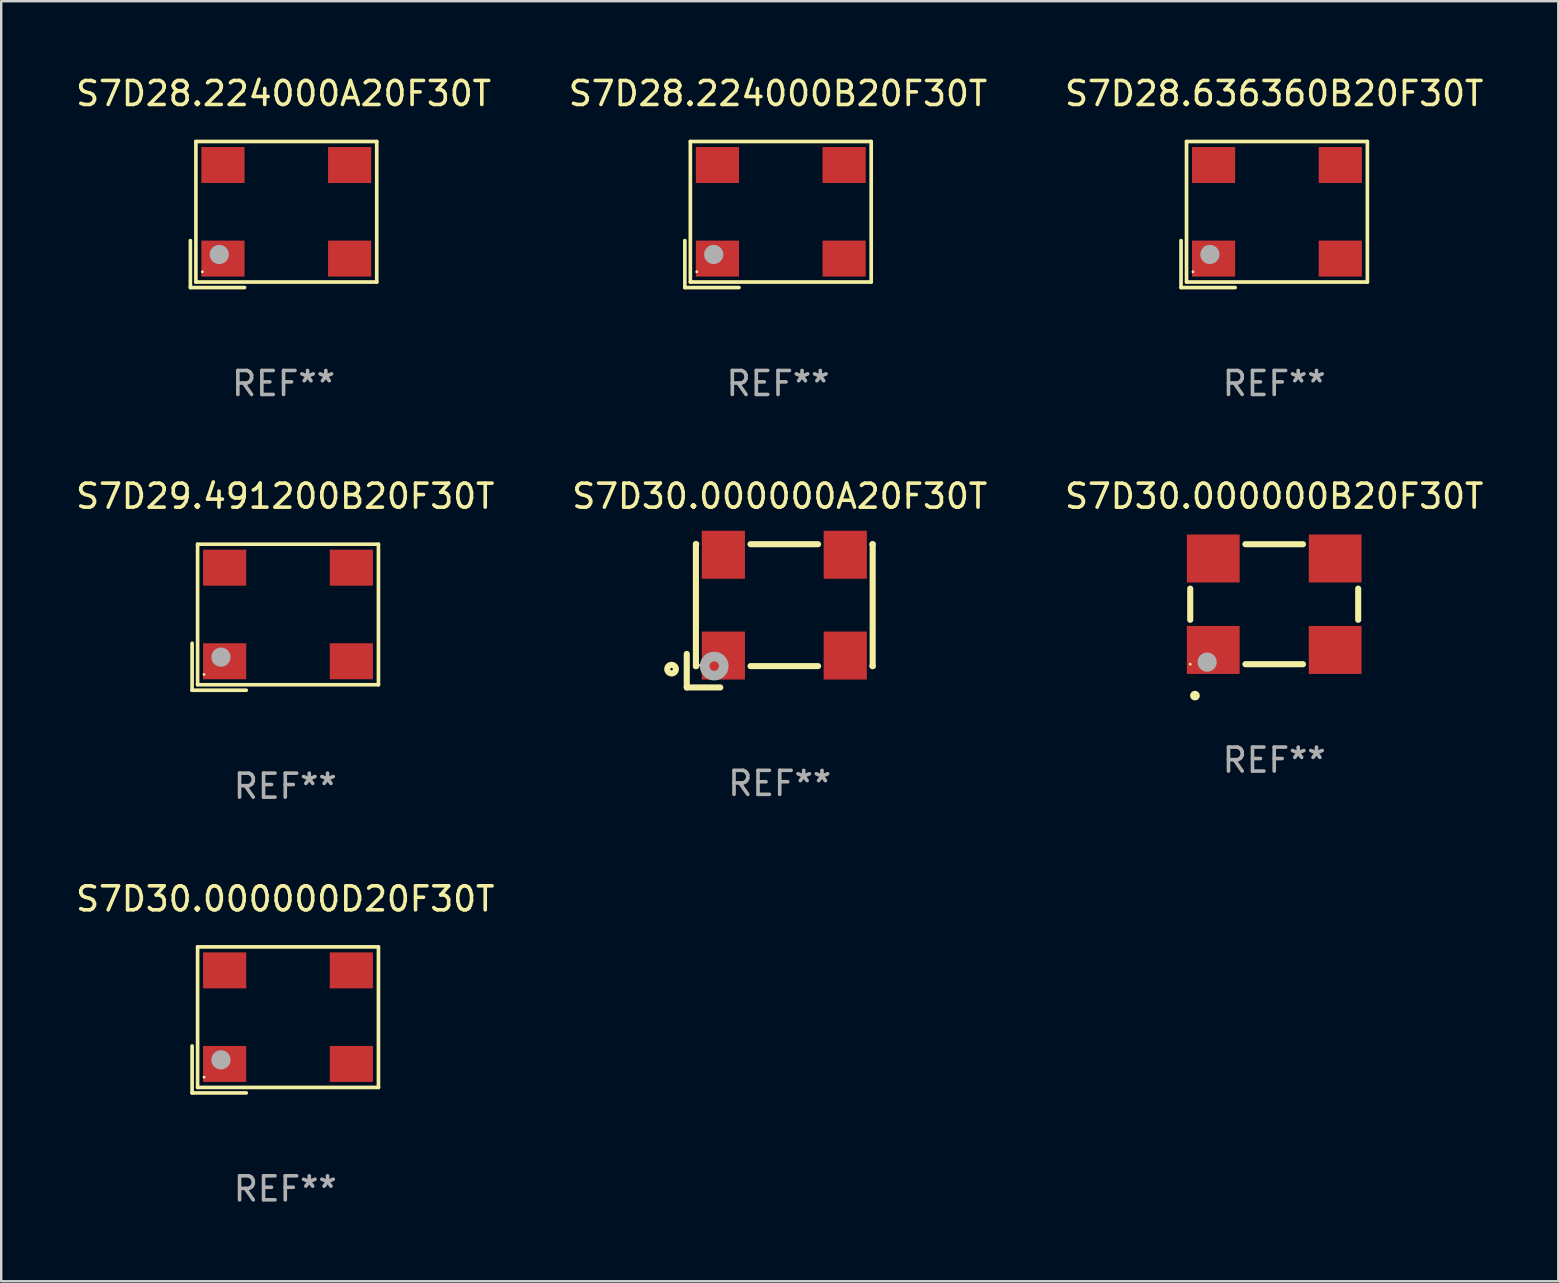
<source format=kicad_pcb>
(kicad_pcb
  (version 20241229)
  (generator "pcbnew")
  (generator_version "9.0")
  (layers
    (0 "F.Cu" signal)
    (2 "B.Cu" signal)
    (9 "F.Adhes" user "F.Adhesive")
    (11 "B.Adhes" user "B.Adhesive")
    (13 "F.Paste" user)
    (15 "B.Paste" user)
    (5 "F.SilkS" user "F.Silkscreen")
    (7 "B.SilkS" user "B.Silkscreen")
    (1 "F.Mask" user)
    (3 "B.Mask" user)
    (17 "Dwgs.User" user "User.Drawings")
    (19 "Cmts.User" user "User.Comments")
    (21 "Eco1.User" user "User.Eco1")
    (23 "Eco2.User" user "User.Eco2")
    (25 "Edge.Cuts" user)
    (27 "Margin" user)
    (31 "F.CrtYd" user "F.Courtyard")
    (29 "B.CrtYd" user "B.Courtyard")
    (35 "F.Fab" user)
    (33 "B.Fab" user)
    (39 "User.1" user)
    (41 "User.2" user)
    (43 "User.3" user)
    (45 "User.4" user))
  (footprint "S7D28.224000B20F30T"
    (layer "F.Cu")
    (at 29.375 5.891)
    (property "Reference" "S7D28.224000B20F30T" (at 0 -5.043 0) (layer "F.SilkS") (effects (font (size 1 1) (thickness 0.15))))
    (attr through_hole)
    (fp_line (start -3.883 1.086) (end -3.883 3.043) (stroke (width 0.152) (type solid)) (layer "F.SilkS"))
    (fp_line (start -3.883 3.043) (end -1.626 3.043) (stroke (width 0.152) (type solid)) (layer "F.SilkS"))
    (fp_line (start -3.654 -3.043) (end 3.883 -3.043) (stroke (width 0.152) (type solid)) (layer "F.SilkS"))
    (fp_line (start -3.654 2.814) (end -3.654 -3.043) (stroke (width 0.152) (type solid)) (layer "F.SilkS"))
    (fp_line (start 3.883 -3.043) (end 3.883 2.814) (stroke (width 0.152) (type solid)) (layer "F.SilkS"))
    (fp_line (start 3.883 2.814) (end -3.654 2.814) (stroke (width 0.152) (type solid)) (layer "F.SilkS"))
    (fp_circle (center -3.386 2.386) (end -3.356 2.386) (stroke (width 0.06) (type solid)) (fill no) (layer "F.SilkS"))
    (fp_circle (center -2.68 1.664) (end -2.48 1.664) (stroke (width 0.4) (type solid)) (fill no) (layer "F.Fab"))
    (fp_text user "REF**" (at 0 7.043 0) (layer "F.Fab") (effects (font (size 1 1) (thickness 0.15))))
    (pad "1" smd rect (at -2.526 1.836) (size 1.8 1.5) (layers "F.Cu" "F.Mask" "F.Paste"))
    (pad "2" smd rect (at 2.754 1.836) (size 1.8 1.5) (layers "F.Cu" "F.Mask" "F.Paste"))
    (pad "3" smd rect (at 2.754 -2.064) (size 1.8 1.5) (layers "F.Cu" "F.Mask" "F.Paste"))
    (pad "4" smd rect (at -2.526 -2.064) (size 1.8 1.5) (layers "F.Cu" "F.Mask" "F.Paste")))
  (footprint "S7D28.224000A20F30T"
    (layer "F.Cu")
    (at 8.768 5.891)
    (property "Reference" "S7D28.224000A20F30T" (at 0 -5.043 0) (layer "F.SilkS") (effects (font (size 1 1) (thickness 0.15))))
    (attr through_hole)
    (fp_line (start -3.883 1.086) (end -3.883 3.043) (stroke (width 0.152) (type solid)) (layer "F.SilkS"))
    (fp_line (start -3.883 3.043) (end -1.626 3.043) (stroke (width 0.152) (type solid)) (layer "F.SilkS"))
    (fp_line (start -3.654 -3.043) (end 3.883 -3.043) (stroke (width 0.152) (type solid)) (layer "F.SilkS"))
    (fp_line (start -3.654 2.814) (end -3.654 -3.043) (stroke (width 0.152) (type solid)) (layer "F.SilkS"))
    (fp_line (start 3.883 -3.043) (end 3.883 2.814) (stroke (width 0.152) (type solid)) (layer "F.SilkS"))
    (fp_line (start 3.883 2.814) (end -3.654 2.814) (stroke (width 0.152) (type solid)) (layer "F.SilkS"))
    (fp_circle (center -3.386 2.386) (end -3.356 2.386) (stroke (width 0.06) (type solid)) (fill no) (layer "F.SilkS"))
    (fp_circle (center -2.68 1.664) (end -2.48 1.664) (stroke (width 0.4) (type solid)) (fill no) (layer "F.Fab"))
    (fp_text user "REF**" (at 0 7.043 0) (layer "F.Fab") (effects (font (size 1 1) (thickness 0.15))))
    (pad "1" smd rect (at -2.526 1.836) (size 1.8 1.5) (layers "F.Cu" "F.Mask" "F.Paste"))
    (pad "2" smd rect (at 2.754 1.836) (size 1.8 1.5) (layers "F.Cu" "F.Mask" "F.Paste"))
    (pad "3" smd rect (at 2.754 -2.064) (size 1.8 1.5) (layers "F.Cu" "F.Mask" "F.Paste"))
    (pad "4" smd rect (at -2.526 -2.064) (size 1.8 1.5) (layers "F.Cu" "F.Mask" "F.Paste")))
  (footprint "S7D30.000000B20F30T"
    (layer "F.Cu")
    (at 50.054 22.131)
    (property "Reference" "S7D30.000000B20F30T" (at 0 -4.5 0) (layer "F.SilkS") (effects (font (size 1 1) (thickness 0.15))))
    (attr through_hole)
    (fp_line (start -3.5 0.65) (end -3.5 -0.65) (stroke (width 0.254) (type solid)) (layer "F.SilkS"))
    (fp_line (start 1.2 -2.5) (end -1.2 -2.5) (stroke (width 0.254) (type solid)) (layer "F.SilkS"))
    (fp_line (start 1.2 2.5) (end -1.2 2.5) (stroke (width 0.254) (type solid)) (layer "F.SilkS"))
    (fp_line (start 3.5 0.65) (end 3.5 -0.65) (stroke (width 0.254) (type solid)) (layer "F.SilkS"))
    (fp_arc (start -3.304547 3.81016) (mid -3.303277 3.810156) (end -3.302007 3.81016) (stroke (width 0.4) (type solid)) (layer "F.SilkS"))
    (fp_circle (center -3.5 2.5) (end -3.47 2.5) (stroke (width 0.06) (type solid)) (fill no) (layer "F.SilkS"))
    (fp_circle (center -2.794 2.413) (end -2.594 2.413) (stroke (width 0.4) (type solid)) (fill no) (layer "F.Fab"))
    (fp_text user "REF**" (at 0 6.5 0) (layer "F.Fab") (effects (font (size 1 1) (thickness 0.15))))
    (pad "1" smd rect (at -2.54 1.905 180) (size 2.2 2) (layers "F.Cu" "F.Mask" "F.Paste"))
    (pad "2" smd rect (at 2.54 1.905 180) (size 2.2 2) (layers "F.Cu" "F.Mask" "F.Paste"))
    (pad "3" smd rect (at 2.54 -1.905 180) (size 2.2 2) (layers "F.Cu" "F.Mask" "F.Paste"))
    (pad "4" smd rect (at -2.54 -1.905 180) (size 2.2 2) (layers "F.Cu" "F.Mask" "F.Paste")))
  (footprint "S7D30.000000D20F30T"
    (layer "F.Cu")
    (at 8.839 39.456)
    (property "Reference" "S7D30.000000D20F30T" (at 0 -5.043 0) (layer "F.SilkS") (effects (font (size 1 1) (thickness 0.15))))
    (attr through_hole)
    (fp_line (start -3.883 1.086) (end -3.883 3.043) (stroke (width 0.152) (type solid)) (layer "F.SilkS"))
    (fp_line (start -3.883 3.043) (end -1.626 3.043) (stroke (width 0.152) (type solid)) (layer "F.SilkS"))
    (fp_line (start -3.654 -3.043) (end 3.883 -3.043) (stroke (width 0.152) (type solid)) (layer "F.SilkS"))
    (fp_line (start -3.654 2.814) (end -3.654 -3.043) (stroke (width 0.152) (type solid)) (layer "F.SilkS"))
    (fp_line (start 3.883 -3.043) (end 3.883 2.814) (stroke (width 0.152) (type solid)) (layer "F.SilkS"))
    (fp_line (start 3.883 2.814) (end -3.654 2.814) (stroke (width 0.152) (type solid)) (layer "F.SilkS"))
    (fp_circle (center -3.386 2.386) (end -3.356 2.386) (stroke (width 0.06) (type solid)) (fill no) (layer "F.SilkS"))
    (fp_circle (center -2.68 1.664) (end -2.48 1.664) (stroke (width 0.4) (type solid)) (fill no) (layer "F.Fab"))
    (fp_text user "REF**" (at 0 7.043 0) (layer "F.Fab") (effects (font (size 1 1) (thickness 0.15))))
    (pad "1" smd rect (at -2.526 1.836) (size 1.8 1.5) (layers "F.Cu" "F.Mask" "F.Paste"))
    (pad "2" smd rect (at 2.754 1.836) (size 1.8 1.5) (layers "F.Cu" "F.Mask" "F.Paste"))
    (pad "3" smd rect (at 2.754 -2.064) (size 1.8 1.5) (layers "F.Cu" "F.Mask" "F.Paste"))
    (pad "4" smd rect (at -2.526 -2.064) (size 1.8 1.5) (layers "F.Cu" "F.Mask" "F.Paste")))
  (footprint "S7D28.636360B20F30T"
    (layer "F.Cu")
    (at 50.054 5.891)
    (property "Reference" "S7D28.636360B20F30T" (at 0 -5.043 0) (layer "F.SilkS") (effects (font (size 1 1) (thickness 0.15))))
    (attr through_hole)
    (fp_line (start -3.883 1.086) (end -3.883 3.043) (stroke (width 0.152) (type solid)) (layer "F.SilkS"))
    (fp_line (start -3.883 3.043) (end -1.626 3.043) (stroke (width 0.152) (type solid)) (layer "F.SilkS"))
    (fp_line (start -3.654 -3.043) (end 3.883 -3.043) (stroke (width 0.152) (type solid)) (layer "F.SilkS"))
    (fp_line (start -3.654 2.814) (end -3.654 -3.043) (stroke (width 0.152) (type solid)) (layer "F.SilkS"))
    (fp_line (start 3.883 -3.043) (end 3.883 2.814) (stroke (width 0.152) (type solid)) (layer "F.SilkS"))
    (fp_line (start 3.883 2.814) (end -3.654 2.814) (stroke (width 0.152) (type solid)) (layer "F.SilkS"))
    (fp_circle (center -3.386 2.386) (end -3.356 2.386) (stroke (width 0.06) (type solid)) (fill no) (layer "F.SilkS"))
    (fp_circle (center -2.68 1.664) (end -2.48 1.664) (stroke (width 0.4) (type solid)) (fill no) (layer "F.Fab"))
    (fp_text user "REF**" (at 0 7.043 0) (layer "F.Fab") (effects (font (size 1 1) (thickness 0.15))))
    (pad "1" smd rect (at -2.526 1.836) (size 1.8 1.5) (layers "F.Cu" "F.Mask" "F.Paste"))
    (pad "2" smd rect (at 2.754 1.836) (size 1.8 1.5) (layers "F.Cu" "F.Mask" "F.Paste"))
    (pad "3" smd rect (at 2.754 -2.064) (size 1.8 1.5) (layers "F.Cu" "F.Mask" "F.Paste"))
    (pad "4" smd rect (at -2.526 -2.064) (size 1.8 1.5) (layers "F.Cu" "F.Mask" "F.Paste")))
  (footprint "S7D30.000000A20F30T"
    (layer "F.Cu")
    (at 29.446 22.615)
    (property "Reference" "S7D30.000000A20F30T" (at 0 -4.985 0) (layer "F.SilkS") (effects (font (size 1 1) (thickness 0.15))))
    (attr through_hole)
    (fp_line (start -3.874 1.588) (end -3.874 2.985) (stroke (width 0.254) (type solid)) (layer "F.SilkS"))
    (fp_line (start -3.874 2.985) (end -2.477 2.985) (stroke (width 0.254) (type solid)) (layer "F.SilkS"))
    (fp_line (start -3.493 -2.985) (end -3.481 -2.985) (stroke (width 0.254) (type solid)) (layer "F.SilkS"))
    (fp_line (start -3.493 2.096) (end -3.493 -2.985) (stroke (width 0.254) (type solid)) (layer "F.SilkS"))
    (fp_line (start -3.481 2.096) (end -3.493 2.096) (stroke (width 0.254) (type solid)) (layer "F.SilkS"))
    (fp_line (start -1.218 -2.985) (end 1.599 -2.985) (stroke (width 0.254) (type solid)) (layer "F.SilkS"))
    (fp_line (start 1.599 2.096) (end -1.218 2.096) (stroke (width 0.254) (type solid)) (layer "F.SilkS"))
    (fp_line (start 3.862 -2.985) (end 3.874 -2.985) (stroke (width 0.254) (type solid)) (layer "F.SilkS"))
    (fp_line (start 3.874 -2.985) (end 3.874 2.096) (stroke (width 0.254) (type solid)) (layer "F.SilkS"))
    (fp_line (start 3.874 2.096) (end 3.862 2.096) (stroke (width 0.254) (type solid)) (layer "F.SilkS"))
    (fp_circle (center -4.508 2.222) (end -4.329 2.222) (stroke (width 0.254) (type solid)) (fill no) (layer "F.SilkS"))
    (fp_circle (center -3.31 2.056) (end -3.28 2.056) (stroke (width 0.06) (type solid)) (fill no) (layer "F.SilkS"))
    (fp_circle (center -2.73 2.095) (end -2.531 2.095) (stroke (width 0.4) (type solid)) (fill no) (layer "F.Fab"))
    (fp_text user "REF**" (at 0 6.985 0) (layer "F.Fab") (effects (font (size 1 1) (thickness 0.15))))
    (pad "1" smd rect (at -2.349 1.656) (size 1.8 2) (layers "F.Cu" "F.Mask" "F.Paste"))
    (pad "2" smd rect (at 2.731 1.656) (size 1.8 2) (layers "F.Cu" "F.Mask" "F.Paste"))
    (pad "3" smd rect (at 2.731 -2.545) (size 1.8 2) (layers "F.Cu" "F.Mask" "F.Paste"))
    (pad "4" smd rect (at -2.349 -2.545) (size 1.8 2) (layers "F.Cu" "F.Mask" "F.Paste")))
  (footprint "S7D29.491200B20F30T"
    (layer "F.Cu")
    (at 8.839 22.673)
    (property "Reference" "S7D29.491200B20F30T" (at 0 -5.043 0) (layer "F.SilkS") (effects (font (size 1 1) (thickness 0.15))))
    (attr through_hole)
    (fp_line (start -3.883 1.086) (end -3.883 3.043) (stroke (width 0.152) (type solid)) (layer "F.SilkS"))
    (fp_line (start -3.883 3.043) (end -1.626 3.043) (stroke (width 0.152) (type solid)) (layer "F.SilkS"))
    (fp_line (start -3.654 -3.043) (end 3.883 -3.043) (stroke (width 0.152) (type solid)) (layer "F.SilkS"))
    (fp_line (start -3.654 2.814) (end -3.654 -3.043) (stroke (width 0.152) (type solid)) (layer "F.SilkS"))
    (fp_line (start 3.883 -3.043) (end 3.883 2.814) (stroke (width 0.152) (type solid)) (layer "F.SilkS"))
    (fp_line (start 3.883 2.814) (end -3.654 2.814) (stroke (width 0.152) (type solid)) (layer "F.SilkS"))
    (fp_circle (center -3.386 2.386) (end -3.356 2.386) (stroke (width 0.06) (type solid)) (fill no) (layer "F.SilkS"))
    (fp_circle (center -2.68 1.664) (end -2.48 1.664) (stroke (width 0.4) (type solid)) (fill no) (layer "F.Fab"))
    (fp_text user "REF**" (at 0 7.043 0) (layer "F.Fab") (effects (font (size 1 1) (thickness 0.15))))
    (pad "1" smd rect (at -2.526 1.836) (size 1.8 1.5) (layers "F.Cu" "F.Mask" "F.Paste"))
    (pad "2" smd rect (at 2.754 1.836) (size 1.8 1.5) (layers "F.Cu" "F.Mask" "F.Paste"))
    (pad "3" smd rect (at 2.754 -2.064) (size 1.8 1.5) (layers "F.Cu" "F.Mask" "F.Paste"))
    (pad "4" smd rect (at -2.526 -2.064) (size 1.8 1.5) (layers "F.Cu" "F.Mask" "F.Paste")))
  (gr_rect
    (start -3 -3)
    (end 61.893 50.347)
    (stroke (width 0.1) (type default))
    (fill no)
    (layer "Edge.Cuts")))
</source>
